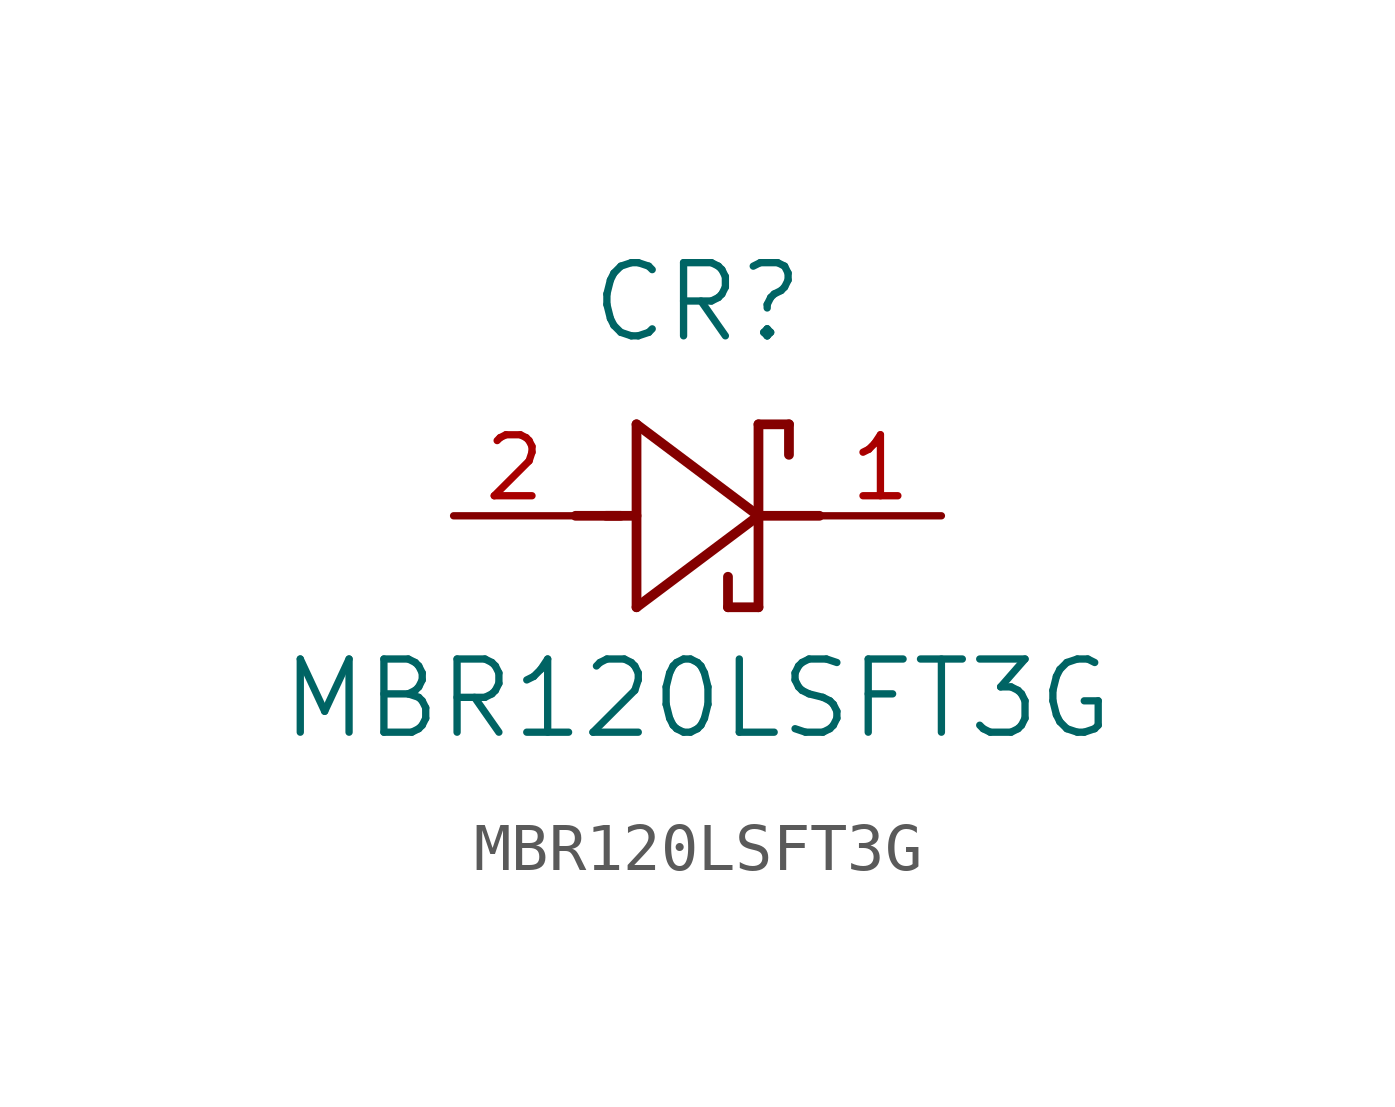
<source format=kicad_sym>
(kicad_symbol_lib
  (version 20211014)
  (generator kicad_symbol_editor)
  (symbol "MBR120LSFT3G"
    (pin_names
      (offset 0.254))
    (property "Reference" "CR"
      (at 5.08 4.445 0)
      (effects (font (size 1.524 1.524))))
    (property "Value" "MBR120LSFT3G"
      (at 5.08 -3.81 0)
      (effects (font (size 1.524 1.524))))
    (symbol "MBR120LSFT3G_0_1"
      (polyline (pts (xy 2.54 0) (xy 3.48 0)) (stroke (width 0.203) (type default) (color 0 0 0 0)) (fill (type none)))
      (polyline (pts (xy 3.175 0) (xy 3.81 0)) (stroke (width 0.203) (type default) (color 0 0 0 0)) (fill (type none)))
      (polyline (pts (xy 3.81 -1.905) (xy 6.35 0)) (stroke (width 0.203) (type default) (color 0 0 0 0)) (fill (type none)))
      (polyline (pts (xy 6.35 -1.905) (xy 5.715 -1.905)) (stroke (width 0.203) (type default) (color 0 0 0 0)) (fill (type none)))
      (polyline (pts (xy 6.35 1.905) (xy 6.985 1.905)) (stroke (width 0.203) (type default) (color 0 0 0 0)) (fill (type none)))
      (polyline (pts (xy 3.81 1.905) (xy 3.81 -1.905)) (stroke (width 0.203) (type default) (color 0 0 0 0)) (fill (type none)))
      (polyline (pts (xy 6.35 -1.905) (xy 6.35 1.905)) (stroke (width 0.203) (type default) (color 0 0 0 0)) (fill (type none)))
      (polyline (pts (xy 6.35 0) (xy 3.81 1.905)) (stroke (width 0.203) (type default) (color 0 0 0 0)) (fill (type none)))
      (polyline (pts (xy 6.35 0) (xy 7.62 0)) (stroke (width 0.203) (type default) (color 0 0 0 0)) (fill (type none)))
      (polyline (pts (xy 6.985 1.905) (xy 6.985 1.27)) (stroke (width 0.203) (type default) (color 0 0 0 0)) (fill (type none)))
      (polyline (pts (xy 5.715 -1.905) (xy 5.715 -1.27)) (stroke (width 0.203) (type default) (color 0 0 0 0)) (fill (type none)))
      (pin unspecified line (at 0 0 0) (length 2.54) (name "" (effects (font (size 1.27 1.27)))) (number "2" (effects (font (size 1.27 1.27)))))
      (pin unspecified line (at 10.16 0 180) (length 2.54) (name "" (effects (font (size 1.27 1.27)))) (number "1" (effects (font (size 1.27 1.27))))))))
</source>
